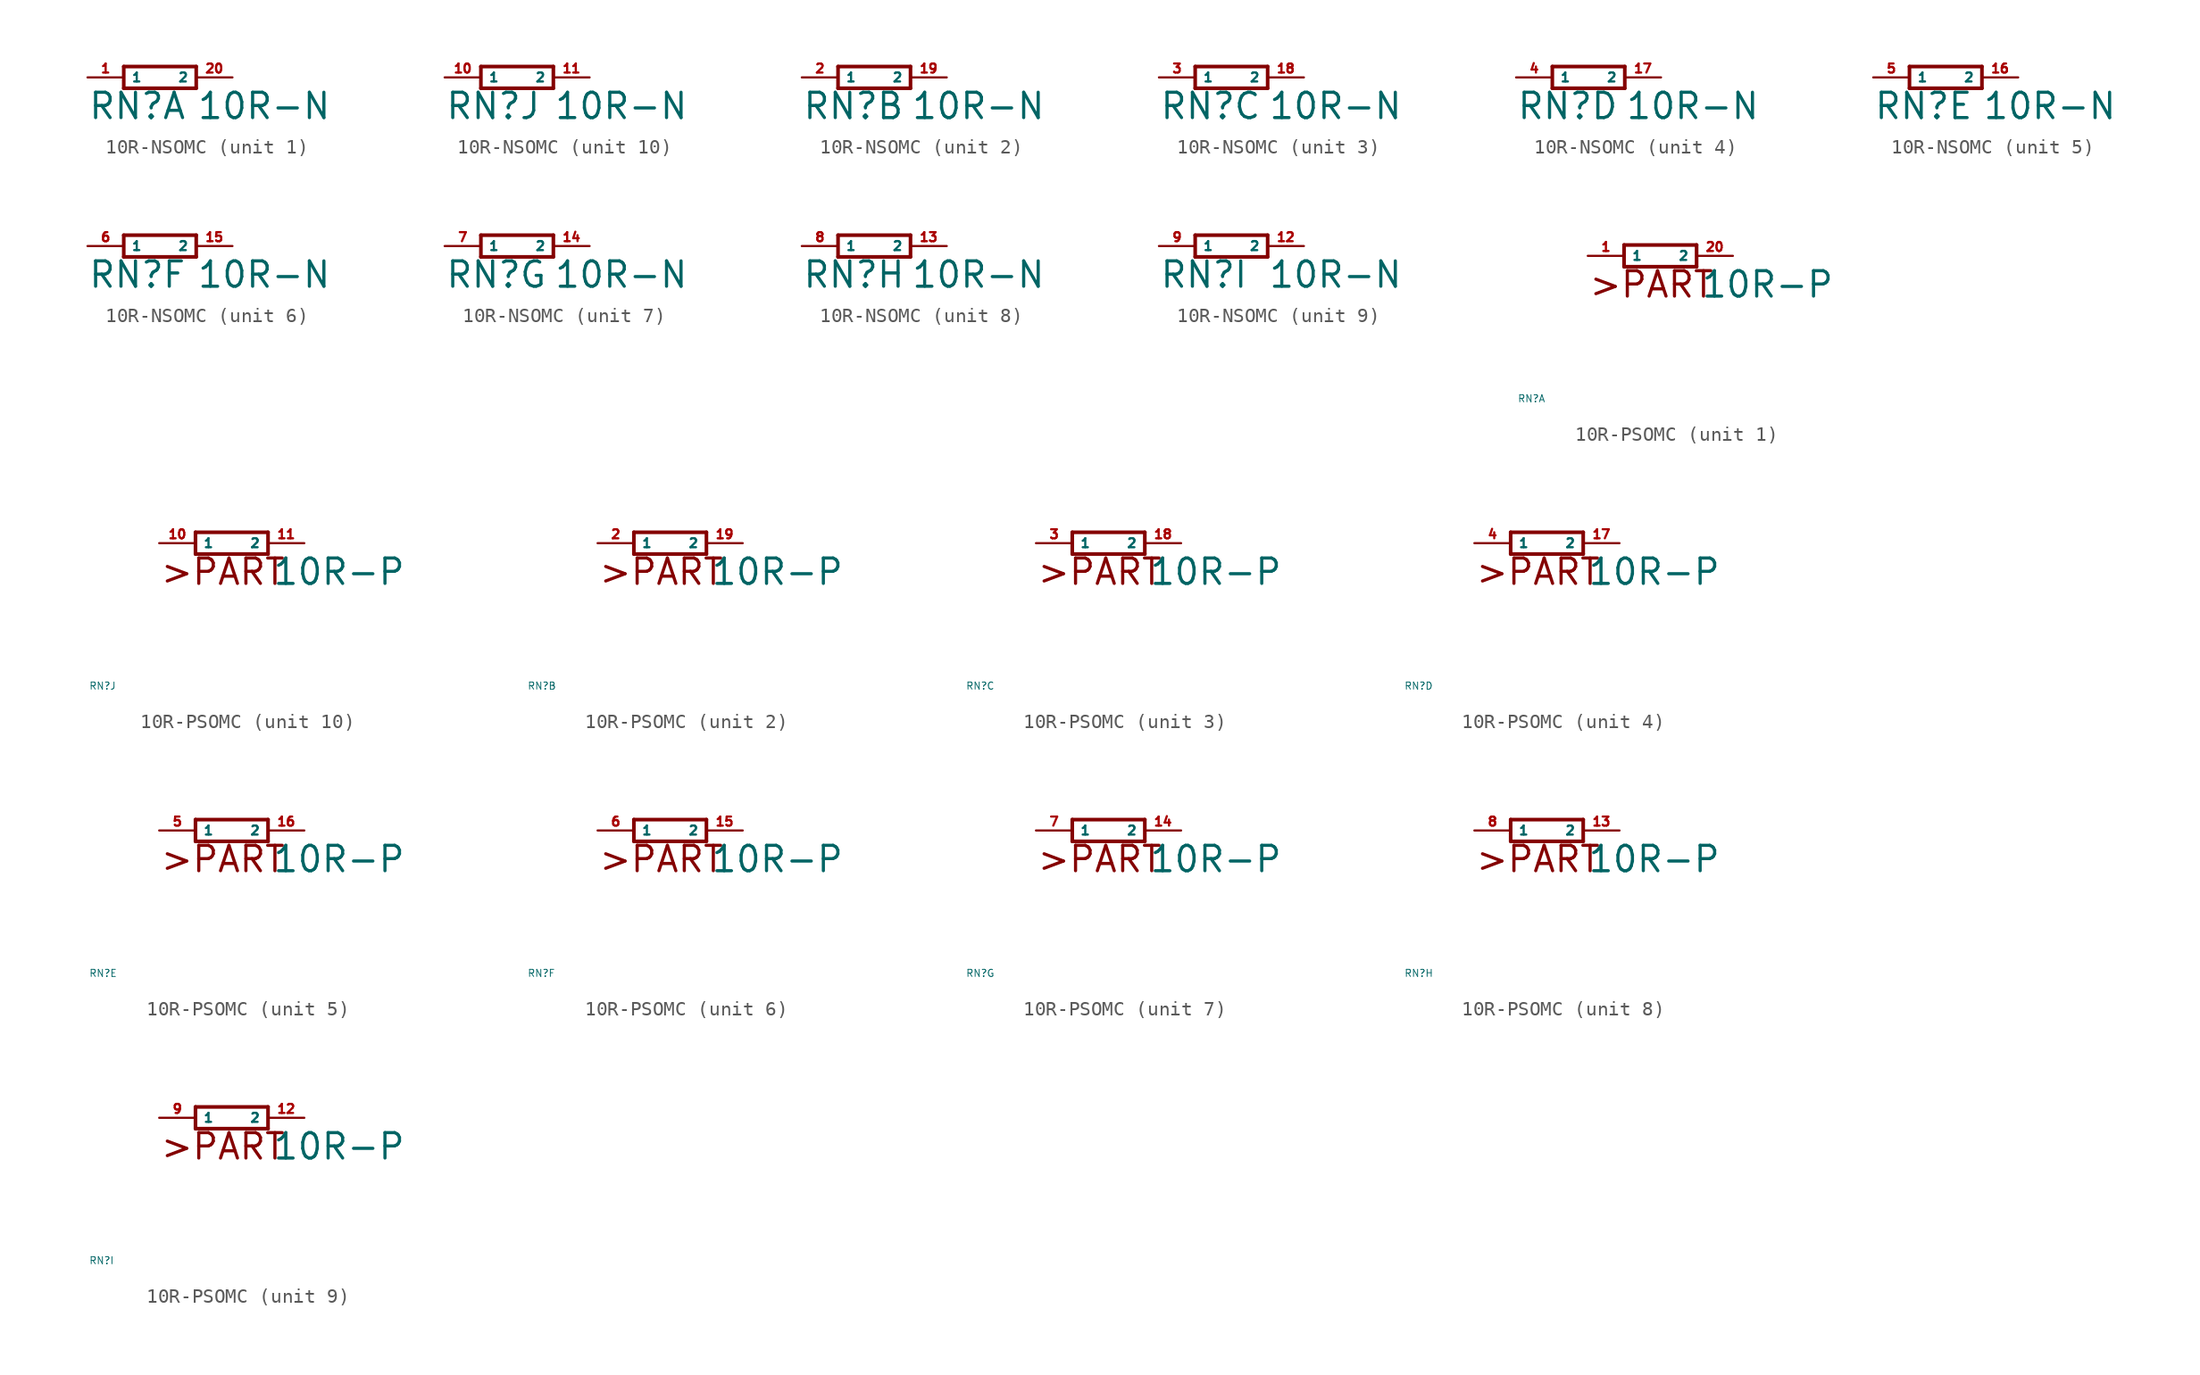
<source format=kicad_sym>
(kicad_symbol_lib
  (version 20220914)
  (generator Eagle2Kicad)
  (symbol "10R-NSOMC"
    (property "Reference" "RN"
      (at -5.08 -3.048 0)
      (effects (font (size 1.778 1.778) (thickness 0.22)) (justify left bottom)))
    (property "Value" "10R-N"
      (at 2.54 -3.048 0)
      (effects (font (size 1.778 1.778) (thickness 0.22)) (justify left bottom)))
    (symbol "10R-NSOMC_1_0"
      (polyline (pts (xy -2.54 -0.762) (xy 2.54 -0.762)) (stroke (width 0.254) (type default)) (fill (type none)))
      (polyline (pts (xy 2.54 0.762) (xy -2.54 0.762)) (stroke (width 0.254) (type default)) (fill (type none)))
      (polyline (pts (xy 2.54 -0.762) (xy 2.54 0.762)) (stroke (width 0.254) (type default)) (fill (type none)))
      (polyline (pts (xy -2.54 0.762) (xy -2.54 -0.762)) (stroke (width 0.254) (type default)) (fill (type none)))
      (pin passive line (at -5.08 0 0) (length 2.54) (name "1" (effects (font (size 0.635 0.635) (thickness 0.08)) (justify left bottom))) (number "1" (effects (font (size 0.635 0.635) (thickness 0.08)) (justify left bottom))))
      (pin passive line (at 5.08 0 180) (length 2.54) (name "2" (effects (font (size 0.635 0.635) (thickness 0.08)) (justify left bottom))) (number "20" (effects (font (size 0.635 0.635) (thickness 0.08)) (justify left bottom)))))
    (symbol "10R-NSOMC_2_0"
      (polyline (pts (xy -2.54 -0.762) (xy 2.54 -0.762)) (stroke (width 0.254) (type default)) (fill (type none)))
      (polyline (pts (xy 2.54 0.762) (xy -2.54 0.762)) (stroke (width 0.254) (type default)) (fill (type none)))
      (polyline (pts (xy 2.54 -0.762) (xy 2.54 0.762)) (stroke (width 0.254) (type default)) (fill (type none)))
      (polyline (pts (xy -2.54 0.762) (xy -2.54 -0.762)) (stroke (width 0.254) (type default)) (fill (type none)))
      (pin passive line (at -5.08 0 0) (length 2.54) (name "1" (effects (font (size 0.635 0.635) (thickness 0.08)) (justify left bottom))) (number "2" (effects (font (size 0.635 0.635) (thickness 0.08)) (justify left bottom))))
      (pin passive line (at 5.08 0 180) (length 2.54) (name "2" (effects (font (size 0.635 0.635) (thickness 0.08)) (justify left bottom))) (number "19" (effects (font (size 0.635 0.635) (thickness 0.08)) (justify left bottom)))))
    (symbol "10R-NSOMC_3_0"
      (polyline (pts (xy -2.54 -0.762) (xy 2.54 -0.762)) (stroke (width 0.254) (type default)) (fill (type none)))
      (polyline (pts (xy 2.54 0.762) (xy -2.54 0.762)) (stroke (width 0.254) (type default)) (fill (type none)))
      (polyline (pts (xy 2.54 -0.762) (xy 2.54 0.762)) (stroke (width 0.254) (type default)) (fill (type none)))
      (polyline (pts (xy -2.54 0.762) (xy -2.54 -0.762)) (stroke (width 0.254) (type default)) (fill (type none)))
      (pin passive line (at -5.08 0 0) (length 2.54) (name "1" (effects (font (size 0.635 0.635) (thickness 0.08)) (justify left bottom))) (number "3" (effects (font (size 0.635 0.635) (thickness 0.08)) (justify left bottom))))
      (pin passive line (at 5.08 0 180) (length 2.54) (name "2" (effects (font (size 0.635 0.635) (thickness 0.08)) (justify left bottom))) (number "18" (effects (font (size 0.635 0.635) (thickness 0.08)) (justify left bottom)))))
    (symbol "10R-NSOMC_4_0"
      (polyline (pts (xy -2.54 -0.762) (xy 2.54 -0.762)) (stroke (width 0.254) (type default)) (fill (type none)))
      (polyline (pts (xy 2.54 0.762) (xy -2.54 0.762)) (stroke (width 0.254) (type default)) (fill (type none)))
      (polyline (pts (xy 2.54 -0.762) (xy 2.54 0.762)) (stroke (width 0.254) (type default)) (fill (type none)))
      (polyline (pts (xy -2.54 0.762) (xy -2.54 -0.762)) (stroke (width 0.254) (type default)) (fill (type none)))
      (pin passive line (at -5.08 0 0) (length 2.54) (name "1" (effects (font (size 0.635 0.635) (thickness 0.08)) (justify left bottom))) (number "4" (effects (font (size 0.635 0.635) (thickness 0.08)) (justify left bottom))))
      (pin passive line (at 5.08 0 180) (length 2.54) (name "2" (effects (font (size 0.635 0.635) (thickness 0.08)) (justify left bottom))) (number "17" (effects (font (size 0.635 0.635) (thickness 0.08)) (justify left bottom)))))
    (symbol "10R-NSOMC_5_0"
      (polyline (pts (xy -2.54 -0.762) (xy 2.54 -0.762)) (stroke (width 0.254) (type default)) (fill (type none)))
      (polyline (pts (xy 2.54 0.762) (xy -2.54 0.762)) (stroke (width 0.254) (type default)) (fill (type none)))
      (polyline (pts (xy 2.54 -0.762) (xy 2.54 0.762)) (stroke (width 0.254) (type default)) (fill (type none)))
      (polyline (pts (xy -2.54 0.762) (xy -2.54 -0.762)) (stroke (width 0.254) (type default)) (fill (type none)))
      (pin passive line (at -5.08 0 0) (length 2.54) (name "1" (effects (font (size 0.635 0.635) (thickness 0.08)) (justify left bottom))) (number "5" (effects (font (size 0.635 0.635) (thickness 0.08)) (justify left bottom))))
      (pin passive line (at 5.08 0 180) (length 2.54) (name "2" (effects (font (size 0.635 0.635) (thickness 0.08)) (justify left bottom))) (number "16" (effects (font (size 0.635 0.635) (thickness 0.08)) (justify left bottom)))))
    (symbol "10R-NSOMC_6_0"
      (polyline (pts (xy -2.54 -0.762) (xy 2.54 -0.762)) (stroke (width 0.254) (type default)) (fill (type none)))
      (polyline (pts (xy 2.54 0.762) (xy -2.54 0.762)) (stroke (width 0.254) (type default)) (fill (type none)))
      (polyline (pts (xy 2.54 -0.762) (xy 2.54 0.762)) (stroke (width 0.254) (type default)) (fill (type none)))
      (polyline (pts (xy -2.54 0.762) (xy -2.54 -0.762)) (stroke (width 0.254) (type default)) (fill (type none)))
      (pin passive line (at -5.08 0 0) (length 2.54) (name "1" (effects (font (size 0.635 0.635) (thickness 0.08)) (justify left bottom))) (number "6" (effects (font (size 0.635 0.635) (thickness 0.08)) (justify left bottom))))
      (pin passive line (at 5.08 0 180) (length 2.54) (name "2" (effects (font (size 0.635 0.635) (thickness 0.08)) (justify left bottom))) (number "15" (effects (font (size 0.635 0.635) (thickness 0.08)) (justify left bottom)))))
    (symbol "10R-NSOMC_7_0"
      (polyline (pts (xy -2.54 -0.762) (xy 2.54 -0.762)) (stroke (width 0.254) (type default)) (fill (type none)))
      (polyline (pts (xy 2.54 0.762) (xy -2.54 0.762)) (stroke (width 0.254) (type default)) (fill (type none)))
      (polyline (pts (xy 2.54 -0.762) (xy 2.54 0.762)) (stroke (width 0.254) (type default)) (fill (type none)))
      (polyline (pts (xy -2.54 0.762) (xy -2.54 -0.762)) (stroke (width 0.254) (type default)) (fill (type none)))
      (pin passive line (at -5.08 0 0) (length 2.54) (name "1" (effects (font (size 0.635 0.635) (thickness 0.08)) (justify left bottom))) (number "7" (effects (font (size 0.635 0.635) (thickness 0.08)) (justify left bottom))))
      (pin passive line (at 5.08 0 180) (length 2.54) (name "2" (effects (font (size 0.635 0.635) (thickness 0.08)) (justify left bottom))) (number "14" (effects (font (size 0.635 0.635) (thickness 0.08)) (justify left bottom)))))
    (symbol "10R-NSOMC_8_0"
      (polyline (pts (xy -2.54 -0.762) (xy 2.54 -0.762)) (stroke (width 0.254) (type default)) (fill (type none)))
      (polyline (pts (xy 2.54 0.762) (xy -2.54 0.762)) (stroke (width 0.254) (type default)) (fill (type none)))
      (polyline (pts (xy 2.54 -0.762) (xy 2.54 0.762)) (stroke (width 0.254) (type default)) (fill (type none)))
      (polyline (pts (xy -2.54 0.762) (xy -2.54 -0.762)) (stroke (width 0.254) (type default)) (fill (type none)))
      (pin passive line (at -5.08 0 0) (length 2.54) (name "1" (effects (font (size 0.635 0.635) (thickness 0.08)) (justify left bottom))) (number "8" (effects (font (size 0.635 0.635) (thickness 0.08)) (justify left bottom))))
      (pin passive line (at 5.08 0 180) (length 2.54) (name "2" (effects (font (size 0.635 0.635) (thickness 0.08)) (justify left bottom))) (number "13" (effects (font (size 0.635 0.635) (thickness 0.08)) (justify left bottom)))))
    (symbol "10R-NSOMC_9_0"
      (polyline (pts (xy -2.54 -0.762) (xy 2.54 -0.762)) (stroke (width 0.254) (type default)) (fill (type none)))
      (polyline (pts (xy 2.54 0.762) (xy -2.54 0.762)) (stroke (width 0.254) (type default)) (fill (type none)))
      (polyline (pts (xy 2.54 -0.762) (xy 2.54 0.762)) (stroke (width 0.254) (type default)) (fill (type none)))
      (polyline (pts (xy -2.54 0.762) (xy -2.54 -0.762)) (stroke (width 0.254) (type default)) (fill (type none)))
      (pin passive line (at -5.08 0 0) (length 2.54) (name "1" (effects (font (size 0.635 0.635) (thickness 0.08)) (justify left bottom))) (number "9" (effects (font (size 0.635 0.635) (thickness 0.08)) (justify left bottom))))
      (pin passive line (at 5.08 0 180) (length 2.54) (name "2" (effects (font (size 0.635 0.635) (thickness 0.08)) (justify left bottom))) (number "12" (effects (font (size 0.635 0.635) (thickness 0.08)) (justify left bottom)))))
    (symbol "10R-NSOMC_10_0"
      (polyline (pts (xy -2.54 -0.762) (xy 2.54 -0.762)) (stroke (width 0.254) (type default)) (fill (type none)))
      (polyline (pts (xy 2.54 0.762) (xy -2.54 0.762)) (stroke (width 0.254) (type default)) (fill (type none)))
      (polyline (pts (xy 2.54 -0.762) (xy 2.54 0.762)) (stroke (width 0.254) (type default)) (fill (type none)))
      (polyline (pts (xy -2.54 0.762) (xy -2.54 -0.762)) (stroke (width 0.254) (type default)) (fill (type none)))
      (pin passive line (at -5.08 0 0) (length 2.54) (name "1" (effects (font (size 0.635 0.635) (thickness 0.08)) (justify left bottom))) (number "10" (effects (font (size 0.635 0.635) (thickness 0.08)) (justify left bottom))))
      (pin passive line (at 5.08 0 180) (length 2.54) (name "2" (effects (font (size 0.635 0.635) (thickness 0.08)) (justify left bottom))) (number "11" (effects (font (size 0.635 0.635) (thickness 0.08)) (justify left bottom))))))
  (symbol "10R-PSOMC"
    (property "Reference" "RN"
      (at -10 -10 0)
      (effects (font (size 0.5 0.5) (thickness 0.06)) (justify left)))
    (property "Value" "10R-P"
      (at 2.794 -3.048 0)
      (effects (font (size 1.778 1.778) (thickness 0.22)) (justify left bottom)))
    (symbol "10R-PSOMC_1_0"
      (polyline (pts (xy -2.54 -0.762) (xy 2.54 -0.762)) (stroke (width 0.254) (type default)) (fill (type none)))
      (polyline (pts (xy 2.54 0.762) (xy -2.54 0.762)) (stroke (width 0.254) (type default)) (fill (type none)))
      (polyline (pts (xy 2.54 -0.762) (xy 2.54 0.762)) (stroke (width 0.254) (type default)) (fill (type none)))
      (polyline (pts (xy -2.54 0.762) (xy -2.54 -0.762)) (stroke (width 0.254) (type default)) (fill (type none)))
      (text ">PART" (at -5.08 -3.048 0) (effects (font (size 1.778 1.778) (thickness 0.22)) (justify left bottom)))
      (pin passive line (at -5.08 0 0) (length 2.54) (name "1" (effects (font (size 0.635 0.635) (thickness 0.08)) (justify left bottom))) (number "1" (effects (font (size 0.635 0.635) (thickness 0.08)) (justify left bottom))))
      (pin passive line (at 5.08 0 180) (length 2.54) (name "2" (effects (font (size 0.635 0.635) (thickness 0.08)) (justify left bottom))) (number "20" (effects (font (size 0.635 0.635) (thickness 0.08)) (justify left bottom)))))
    (symbol "10R-PSOMC_2_0"
      (polyline (pts (xy -2.54 -0.762) (xy 2.54 -0.762)) (stroke (width 0.254) (type default)) (fill (type none)))
      (polyline (pts (xy 2.54 0.762) (xy -2.54 0.762)) (stroke (width 0.254) (type default)) (fill (type none)))
      (polyline (pts (xy 2.54 -0.762) (xy 2.54 0.762)) (stroke (width 0.254) (type default)) (fill (type none)))
      (polyline (pts (xy -2.54 0.762) (xy -2.54 -0.762)) (stroke (width 0.254) (type default)) (fill (type none)))
      (text ">PART" (at -5.08 -3.048 0) (effects (font (size 1.778 1.778) (thickness 0.22)) (justify left bottom)))
      (pin passive line (at -5.08 0 0) (length 2.54) (name "1" (effects (font (size 0.635 0.635) (thickness 0.08)) (justify left bottom))) (number "2" (effects (font (size 0.635 0.635) (thickness 0.08)) (justify left bottom))))
      (pin passive line (at 5.08 0 180) (length 2.54) (name "2" (effects (font (size 0.635 0.635) (thickness 0.08)) (justify left bottom))) (number "19" (effects (font (size 0.635 0.635) (thickness 0.08)) (justify left bottom)))))
    (symbol "10R-PSOMC_3_0"
      (polyline (pts (xy -2.54 -0.762) (xy 2.54 -0.762)) (stroke (width 0.254) (type default)) (fill (type none)))
      (polyline (pts (xy 2.54 0.762) (xy -2.54 0.762)) (stroke (width 0.254) (type default)) (fill (type none)))
      (polyline (pts (xy 2.54 -0.762) (xy 2.54 0.762)) (stroke (width 0.254) (type default)) (fill (type none)))
      (polyline (pts (xy -2.54 0.762) (xy -2.54 -0.762)) (stroke (width 0.254) (type default)) (fill (type none)))
      (text ">PART" (at -5.08 -3.048 0) (effects (font (size 1.778 1.778) (thickness 0.22)) (justify left bottom)))
      (pin passive line (at -5.08 0 0) (length 2.54) (name "1" (effects (font (size 0.635 0.635) (thickness 0.08)) (justify left bottom))) (number "3" (effects (font (size 0.635 0.635) (thickness 0.08)) (justify left bottom))))
      (pin passive line (at 5.08 0 180) (length 2.54) (name "2" (effects (font (size 0.635 0.635) (thickness 0.08)) (justify left bottom))) (number "18" (effects (font (size 0.635 0.635) (thickness 0.08)) (justify left bottom)))))
    (symbol "10R-PSOMC_4_0"
      (polyline (pts (xy -2.54 -0.762) (xy 2.54 -0.762)) (stroke (width 0.254) (type default)) (fill (type none)))
      (polyline (pts (xy 2.54 0.762) (xy -2.54 0.762)) (stroke (width 0.254) (type default)) (fill (type none)))
      (polyline (pts (xy 2.54 -0.762) (xy 2.54 0.762)) (stroke (width 0.254) (type default)) (fill (type none)))
      (polyline (pts (xy -2.54 0.762) (xy -2.54 -0.762)) (stroke (width 0.254) (type default)) (fill (type none)))
      (text ">PART" (at -5.08 -3.048 0) (effects (font (size 1.778 1.778) (thickness 0.22)) (justify left bottom)))
      (pin passive line (at -5.08 0 0) (length 2.54) (name "1" (effects (font (size 0.635 0.635) (thickness 0.08)) (justify left bottom))) (number "4" (effects (font (size 0.635 0.635) (thickness 0.08)) (justify left bottom))))
      (pin passive line (at 5.08 0 180) (length 2.54) (name "2" (effects (font (size 0.635 0.635) (thickness 0.08)) (justify left bottom))) (number "17" (effects (font (size 0.635 0.635) (thickness 0.08)) (justify left bottom)))))
    (symbol "10R-PSOMC_5_0"
      (polyline (pts (xy -2.54 -0.762) (xy 2.54 -0.762)) (stroke (width 0.254) (type default)) (fill (type none)))
      (polyline (pts (xy 2.54 0.762) (xy -2.54 0.762)) (stroke (width 0.254) (type default)) (fill (type none)))
      (polyline (pts (xy 2.54 -0.762) (xy 2.54 0.762)) (stroke (width 0.254) (type default)) (fill (type none)))
      (polyline (pts (xy -2.54 0.762) (xy -2.54 -0.762)) (stroke (width 0.254) (type default)) (fill (type none)))
      (text ">PART" (at -5.08 -3.048 0) (effects (font (size 1.778 1.778) (thickness 0.22)) (justify left bottom)))
      (pin passive line (at -5.08 0 0) (length 2.54) (name "1" (effects (font (size 0.635 0.635) (thickness 0.08)) (justify left bottom))) (number "5" (effects (font (size 0.635 0.635) (thickness 0.08)) (justify left bottom))))
      (pin passive line (at 5.08 0 180) (length 2.54) (name "2" (effects (font (size 0.635 0.635) (thickness 0.08)) (justify left bottom))) (number "16" (effects (font (size 0.635 0.635) (thickness 0.08)) (justify left bottom)))))
    (symbol "10R-PSOMC_6_0"
      (polyline (pts (xy -2.54 -0.762) (xy 2.54 -0.762)) (stroke (width 0.254) (type default)) (fill (type none)))
      (polyline (pts (xy 2.54 0.762) (xy -2.54 0.762)) (stroke (width 0.254) (type default)) (fill (type none)))
      (polyline (pts (xy 2.54 -0.762) (xy 2.54 0.762)) (stroke (width 0.254) (type default)) (fill (type none)))
      (polyline (pts (xy -2.54 0.762) (xy -2.54 -0.762)) (stroke (width 0.254) (type default)) (fill (type none)))
      (text ">PART" (at -5.08 -3.048 0) (effects (font (size 1.778 1.778) (thickness 0.22)) (justify left bottom)))
      (pin passive line (at -5.08 0 0) (length 2.54) (name "1" (effects (font (size 0.635 0.635) (thickness 0.08)) (justify left bottom))) (number "6" (effects (font (size 0.635 0.635) (thickness 0.08)) (justify left bottom))))
      (pin passive line (at 5.08 0 180) (length 2.54) (name "2" (effects (font (size 0.635 0.635) (thickness 0.08)) (justify left bottom))) (number "15" (effects (font (size 0.635 0.635) (thickness 0.08)) (justify left bottom)))))
    (symbol "10R-PSOMC_7_0"
      (polyline (pts (xy -2.54 -0.762) (xy 2.54 -0.762)) (stroke (width 0.254) (type default)) (fill (type none)))
      (polyline (pts (xy 2.54 0.762) (xy -2.54 0.762)) (stroke (width 0.254) (type default)) (fill (type none)))
      (polyline (pts (xy 2.54 -0.762) (xy 2.54 0.762)) (stroke (width 0.254) (type default)) (fill (type none)))
      (polyline (pts (xy -2.54 0.762) (xy -2.54 -0.762)) (stroke (width 0.254) (type default)) (fill (type none)))
      (text ">PART" (at -5.08 -3.048 0) (effects (font (size 1.778 1.778) (thickness 0.22)) (justify left bottom)))
      (pin passive line (at -5.08 0 0) (length 2.54) (name "1" (effects (font (size 0.635 0.635) (thickness 0.08)) (justify left bottom))) (number "7" (effects (font (size 0.635 0.635) (thickness 0.08)) (justify left bottom))))
      (pin passive line (at 5.08 0 180) (length 2.54) (name "2" (effects (font (size 0.635 0.635) (thickness 0.08)) (justify left bottom))) (number "14" (effects (font (size 0.635 0.635) (thickness 0.08)) (justify left bottom)))))
    (symbol "10R-PSOMC_8_0"
      (polyline (pts (xy -2.54 -0.762) (xy 2.54 -0.762)) (stroke (width 0.254) (type default)) (fill (type none)))
      (polyline (pts (xy 2.54 0.762) (xy -2.54 0.762)) (stroke (width 0.254) (type default)) (fill (type none)))
      (polyline (pts (xy 2.54 -0.762) (xy 2.54 0.762)) (stroke (width 0.254) (type default)) (fill (type none)))
      (polyline (pts (xy -2.54 0.762) (xy -2.54 -0.762)) (stroke (width 0.254) (type default)) (fill (type none)))
      (text ">PART" (at -5.08 -3.048 0) (effects (font (size 1.778 1.778) (thickness 0.22)) (justify left bottom)))
      (pin passive line (at -5.08 0 0) (length 2.54) (name "1" (effects (font (size 0.635 0.635) (thickness 0.08)) (justify left bottom))) (number "8" (effects (font (size 0.635 0.635) (thickness 0.08)) (justify left bottom))))
      (pin passive line (at 5.08 0 180) (length 2.54) (name "2" (effects (font (size 0.635 0.635) (thickness 0.08)) (justify left bottom))) (number "13" (effects (font (size 0.635 0.635) (thickness 0.08)) (justify left bottom)))))
    (symbol "10R-PSOMC_9_0"
      (polyline (pts (xy -2.54 -0.762) (xy 2.54 -0.762)) (stroke (width 0.254) (type default)) (fill (type none)))
      (polyline (pts (xy 2.54 0.762) (xy -2.54 0.762)) (stroke (width 0.254) (type default)) (fill (type none)))
      (polyline (pts (xy 2.54 -0.762) (xy 2.54 0.762)) (stroke (width 0.254) (type default)) (fill (type none)))
      (polyline (pts (xy -2.54 0.762) (xy -2.54 -0.762)) (stroke (width 0.254) (type default)) (fill (type none)))
      (text ">PART" (at -5.08 -3.048 0) (effects (font (size 1.778 1.778) (thickness 0.22)) (justify left bottom)))
      (pin passive line (at -5.08 0 0) (length 2.54) (name "1" (effects (font (size 0.635 0.635) (thickness 0.08)) (justify left bottom))) (number "9" (effects (font (size 0.635 0.635) (thickness 0.08)) (justify left bottom))))
      (pin passive line (at 5.08 0 180) (length 2.54) (name "2" (effects (font (size 0.635 0.635) (thickness 0.08)) (justify left bottom))) (number "12" (effects (font (size 0.635 0.635) (thickness 0.08)) (justify left bottom)))))
    (symbol "10R-PSOMC_10_0"
      (polyline (pts (xy -2.54 -0.762) (xy 2.54 -0.762)) (stroke (width 0.254) (type default)) (fill (type none)))
      (polyline (pts (xy 2.54 0.762) (xy -2.54 0.762)) (stroke (width 0.254) (type default)) (fill (type none)))
      (polyline (pts (xy 2.54 -0.762) (xy 2.54 0.762)) (stroke (width 0.254) (type default)) (fill (type none)))
      (polyline (pts (xy -2.54 0.762) (xy -2.54 -0.762)) (stroke (width 0.254) (type default)) (fill (type none)))
      (text ">PART" (at -5.08 -3.048 0) (effects (font (size 1.778 1.778) (thickness 0.22)) (justify left bottom)))
      (pin passive line (at -5.08 0 0) (length 2.54) (name "1" (effects (font (size 0.635 0.635) (thickness 0.08)) (justify left bottom))) (number "10" (effects (font (size 0.635 0.635) (thickness 0.08)) (justify left bottom))))
      (pin passive line (at 5.08 0 180) (length 2.54) (name "2" (effects (font (size 0.635 0.635) (thickness 0.08)) (justify left bottom))) (number "11" (effects (font (size 0.635 0.635) (thickness 0.08)) (justify left bottom)))))))
</source>
